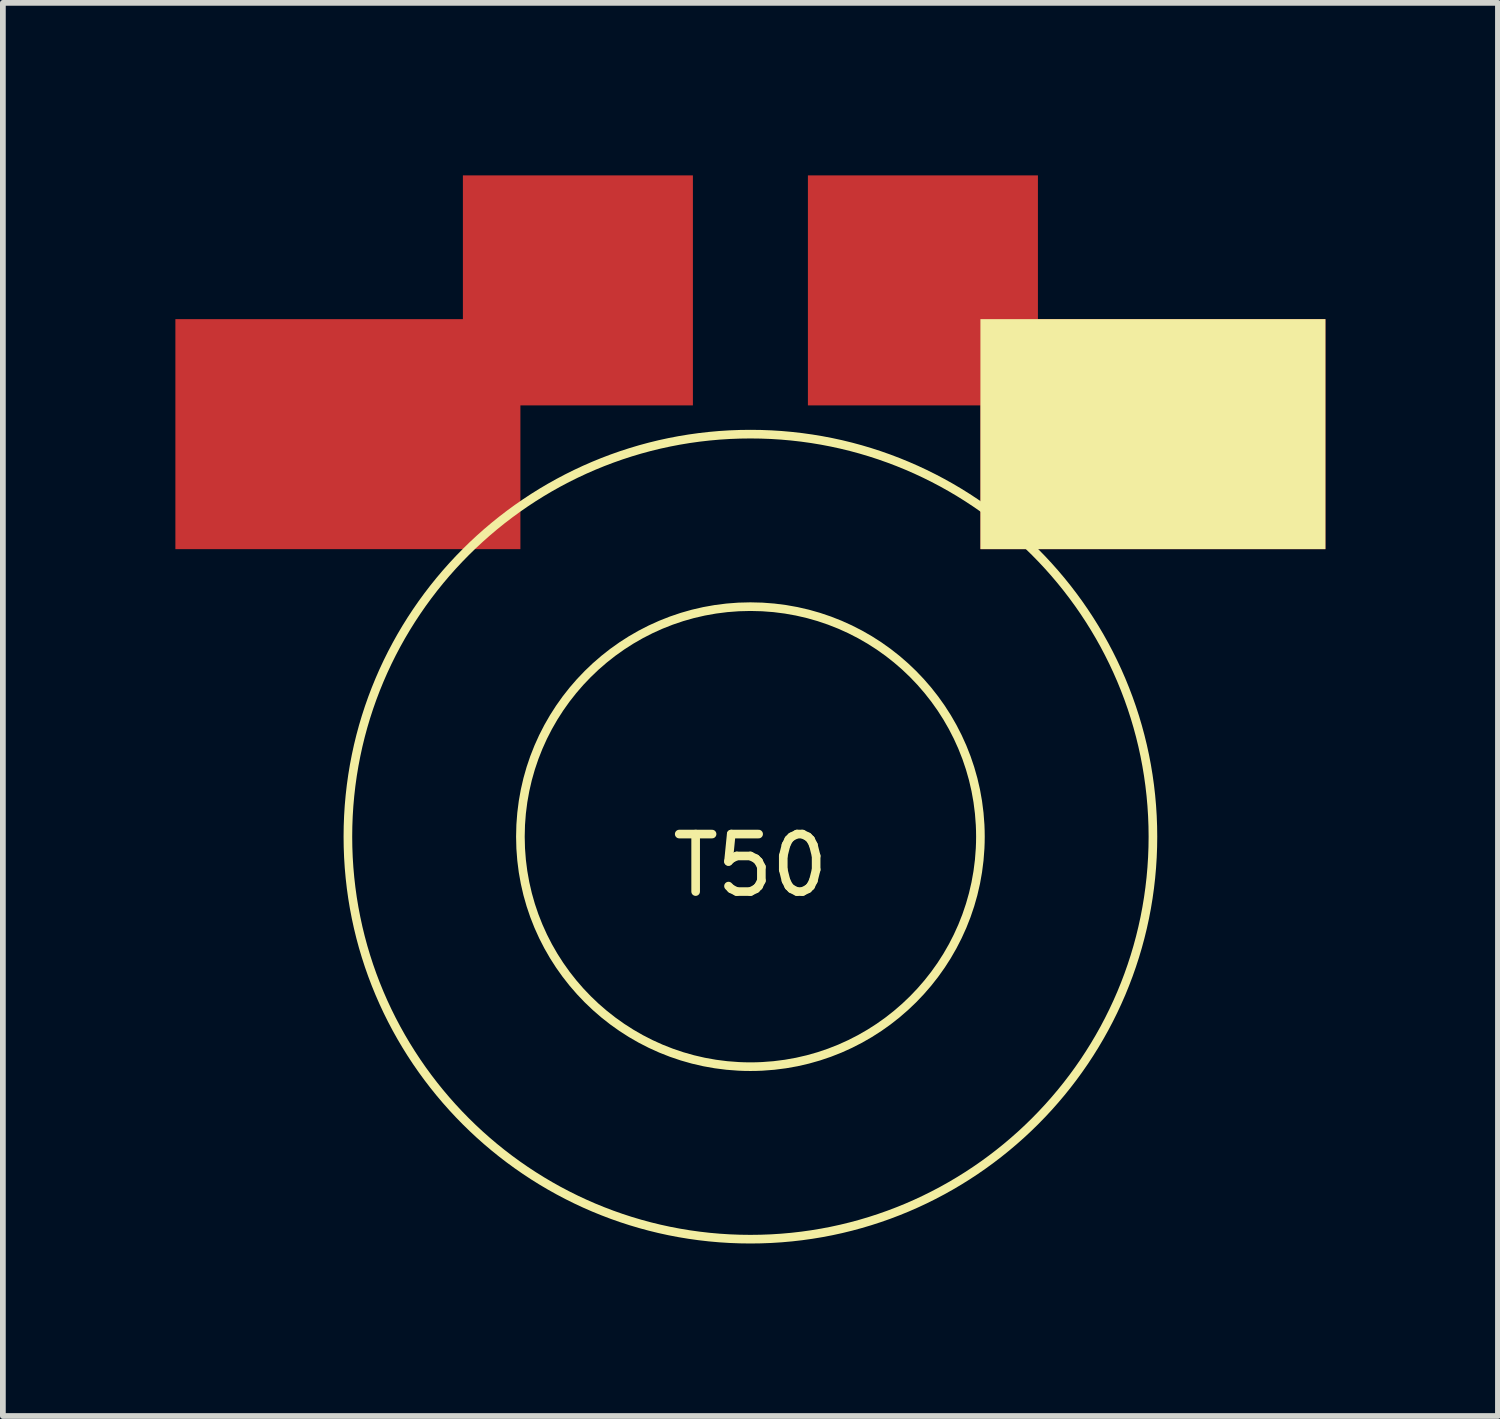
<source format=kicad_pcb>
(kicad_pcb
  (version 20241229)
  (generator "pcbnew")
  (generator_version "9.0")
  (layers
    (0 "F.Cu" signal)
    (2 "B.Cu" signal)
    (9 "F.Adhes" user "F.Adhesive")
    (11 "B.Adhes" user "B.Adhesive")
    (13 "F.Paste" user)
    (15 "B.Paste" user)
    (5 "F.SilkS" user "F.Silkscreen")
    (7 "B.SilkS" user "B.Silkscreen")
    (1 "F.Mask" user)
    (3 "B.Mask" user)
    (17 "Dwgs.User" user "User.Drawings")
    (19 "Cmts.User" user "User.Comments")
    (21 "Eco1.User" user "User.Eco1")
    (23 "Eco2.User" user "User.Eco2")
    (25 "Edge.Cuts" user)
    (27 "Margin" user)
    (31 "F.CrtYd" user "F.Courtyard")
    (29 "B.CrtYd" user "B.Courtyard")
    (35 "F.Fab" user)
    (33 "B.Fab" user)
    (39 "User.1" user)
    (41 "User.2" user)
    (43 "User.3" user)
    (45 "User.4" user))
  (footprint "T50"
    (layer "F.Cu")
    (at 10 11.5)
    (property "Reference" "T50" (at 0 0.5 0) (layer "F.SilkS") (effects (font (size 1 1) (thickness 0.15))))
    (attr through_hole)
    (fp_circle (center 0 0) (end 4 0) (stroke (width 0.15) (type solid)) (fill no) (layer "F.SilkS"))
    (fp_circle (center 0 0) (end 7 0) (stroke (width 0.15) (type solid)) (fill no) (layer "F.SilkS"))
    (pad "1" smd rect (at -7 -7) (size 6 4) (layers "F.Cu" "F.Mask" "F.Paste"))
    (pad "1" smd rect (at -3 -9.5) (size 4 4) (layers "F.Cu" "F.Mask" "F.Paste"))
    (pad "2" smd rect (at 3 -9.5) (size 4 4) (layers "F.Cu" "F.Mask" "F.Paste"))
    (pad "2" smd rect (at 7 -7) (size 6 4) (layers "F.Cu" "F.Mask" "F.SilkS" "F.Paste")))
  (gr_rect
    (start -3 -3)
    (end 23 21.575)
    (stroke (width 0.1) (type default))
    (fill no)
    (layer "Edge.Cuts")))
</source>
